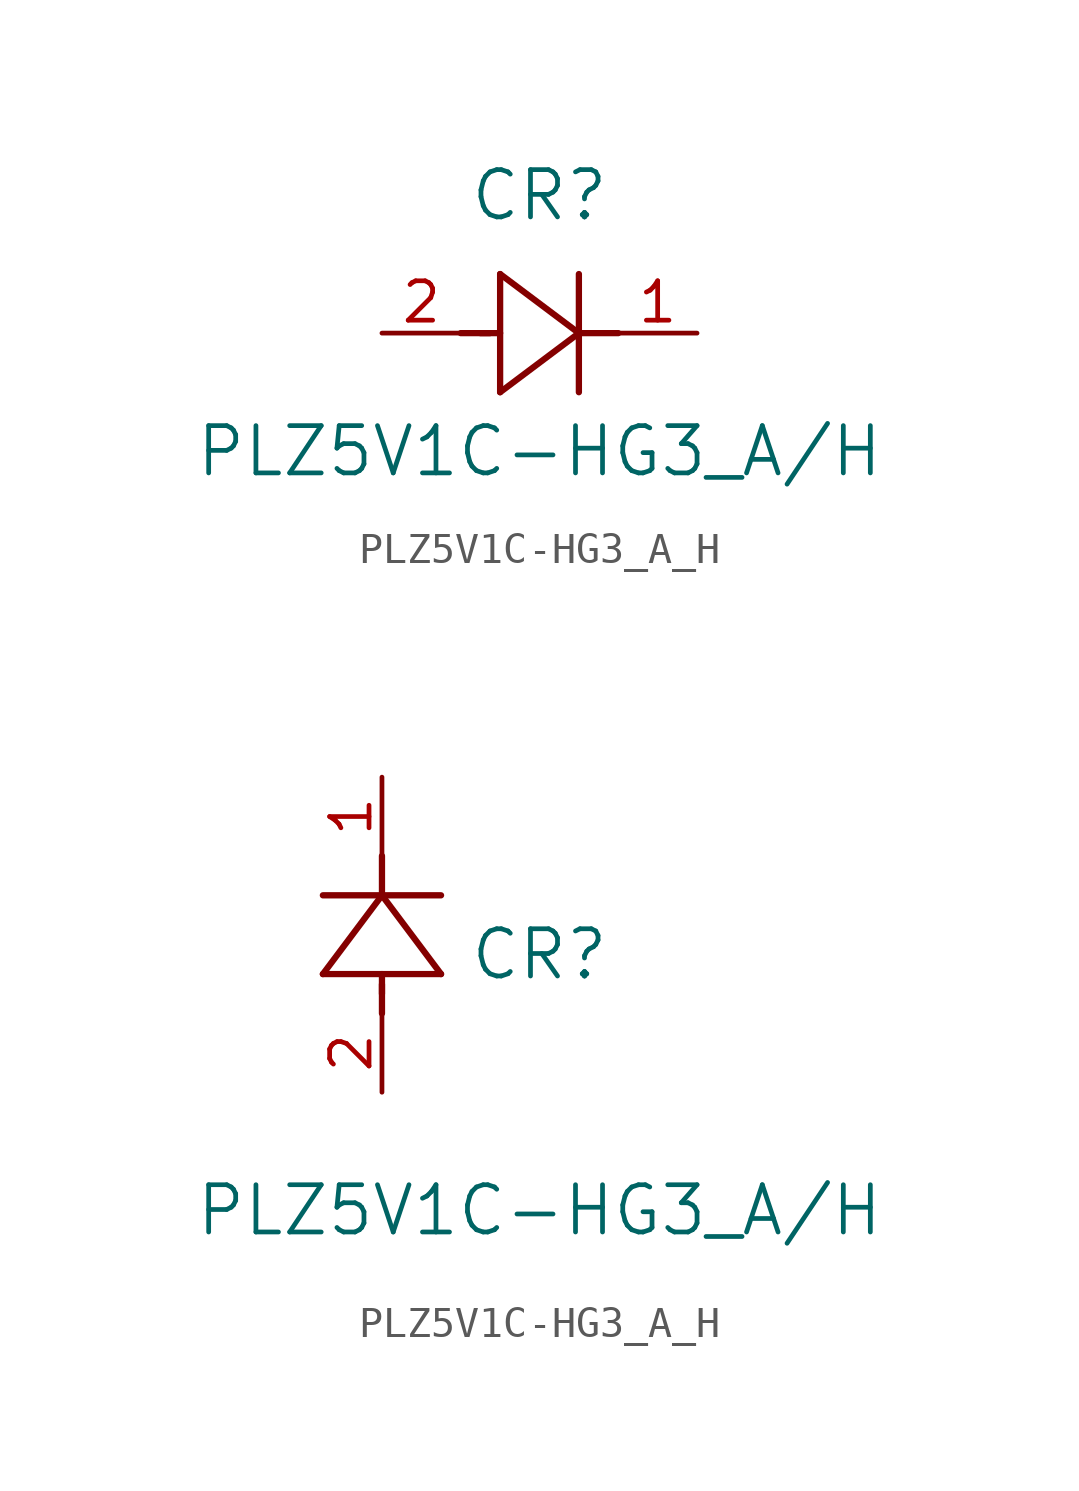
<source format=kicad_sym>
(kicad_symbol_lib
  (version 20211014)
  (generator kicad_symbol_editor)
  (symbol "PLZ5V1C-HG3_A_H"
    (pin_names
      (offset 0.254))
    (property "Reference" "CR"
      (at 5.08 4.445 0)
      (effects (font (size 1.524 1.524))))
    (property "Value" "PLZ5V1C-HG3_A/H"
      (at 5.08 -3.81 0)
      (effects (font (size 1.524 1.524))))
    (symbol "PLZ5V1C-HG3_A_H_1_1"
      (polyline (pts (xy 2.54 0) (xy 3.48 0)) (stroke (width 0.203) (type default) (color 0 0 0 0)) (fill (type none)))
      (polyline (pts (xy 3.81 1.905) (xy 3.81 -1.905)) (stroke (width 0.203) (type default) (color 0 0 0 0)) (fill (type none)))
      (polyline (pts (xy 3.175 0) (xy 3.81 0)) (stroke (width 0.203) (type default) (color 0 0 0 0)) (fill (type none)))
      (polyline (pts (xy 6.35 -1.905) (xy 6.35 1.905)) (stroke (width 0.203) (type default) (color 0 0 0 0)) (fill (type none)))
      (polyline (pts (xy 6.35 0) (xy 7.62 0)) (stroke (width 0.203) (type default) (color 0 0 0 0)) (fill (type none)))
      (polyline (pts (xy 6.35 0) (xy 3.81 1.905)) (stroke (width 0.203) (type default) (color 0 0 0 0)) (fill (type none)))
      (polyline (pts (xy 3.81 -1.905) (xy 6.35 0)) (stroke (width 0.203) (type default) (color 0 0 0 0)) (fill (type none)))
      (pin unspecified line (at 0 0 0) (length 2.54) (name "" (effects (font (size 1.27 1.27)))) (number "2" (effects (font (size 1.27 1.27)))))
      (pin unspecified line (at 10.16 0 180) (length 2.54) (name "" (effects (font (size 1.27 1.27)))) (number "1" (effects (font (size 1.27 1.27))))))
    (symbol "PLZ5V1C-HG3_A_H_1_2"
      (polyline (pts (xy 0 2.54) (xy 0 3.48)) (stroke (width 0.203) (type default) (color 0 0 0 0)) (fill (type none)))
      (polyline (pts (xy -1.905 3.81) (xy 1.905 3.81)) (stroke (width 0.203) (type default) (color 0 0 0 0)) (fill (type none)))
      (polyline (pts (xy 0 3.175) (xy 0 3.81)) (stroke (width 0.203) (type default) (color 0 0 0 0)) (fill (type none)))
      (polyline (pts (xy 1.905 6.35) (xy -1.905 6.35)) (stroke (width 0.203) (type default) (color 0 0 0 0)) (fill (type none)))
      (polyline (pts (xy 0 6.35) (xy 0 7.62)) (stroke (width 0.203) (type default) (color 0 0 0 0)) (fill (type none)))
      (polyline (pts (xy 0 6.35) (xy -1.905 3.81)) (stroke (width 0.203) (type default) (color 0 0 0 0)) (fill (type none)))
      (polyline (pts (xy 1.905 3.81) (xy 0 6.35)) (stroke (width 0.203) (type default) (color 0 0 0 0)) (fill (type none)))
      (pin unspecified line (at 0 0 90) (length 2.54) (name "" (effects (font (size 1.27 1.27)))) (number "2" (effects (font (size 1.27 1.27)))))
      (pin unspecified line (at 0 10.16 270) (length 2.54) (name "" (effects (font (size 1.27 1.27)))) (number "1" (effects (font (size 1.27 1.27))))))))
</source>
